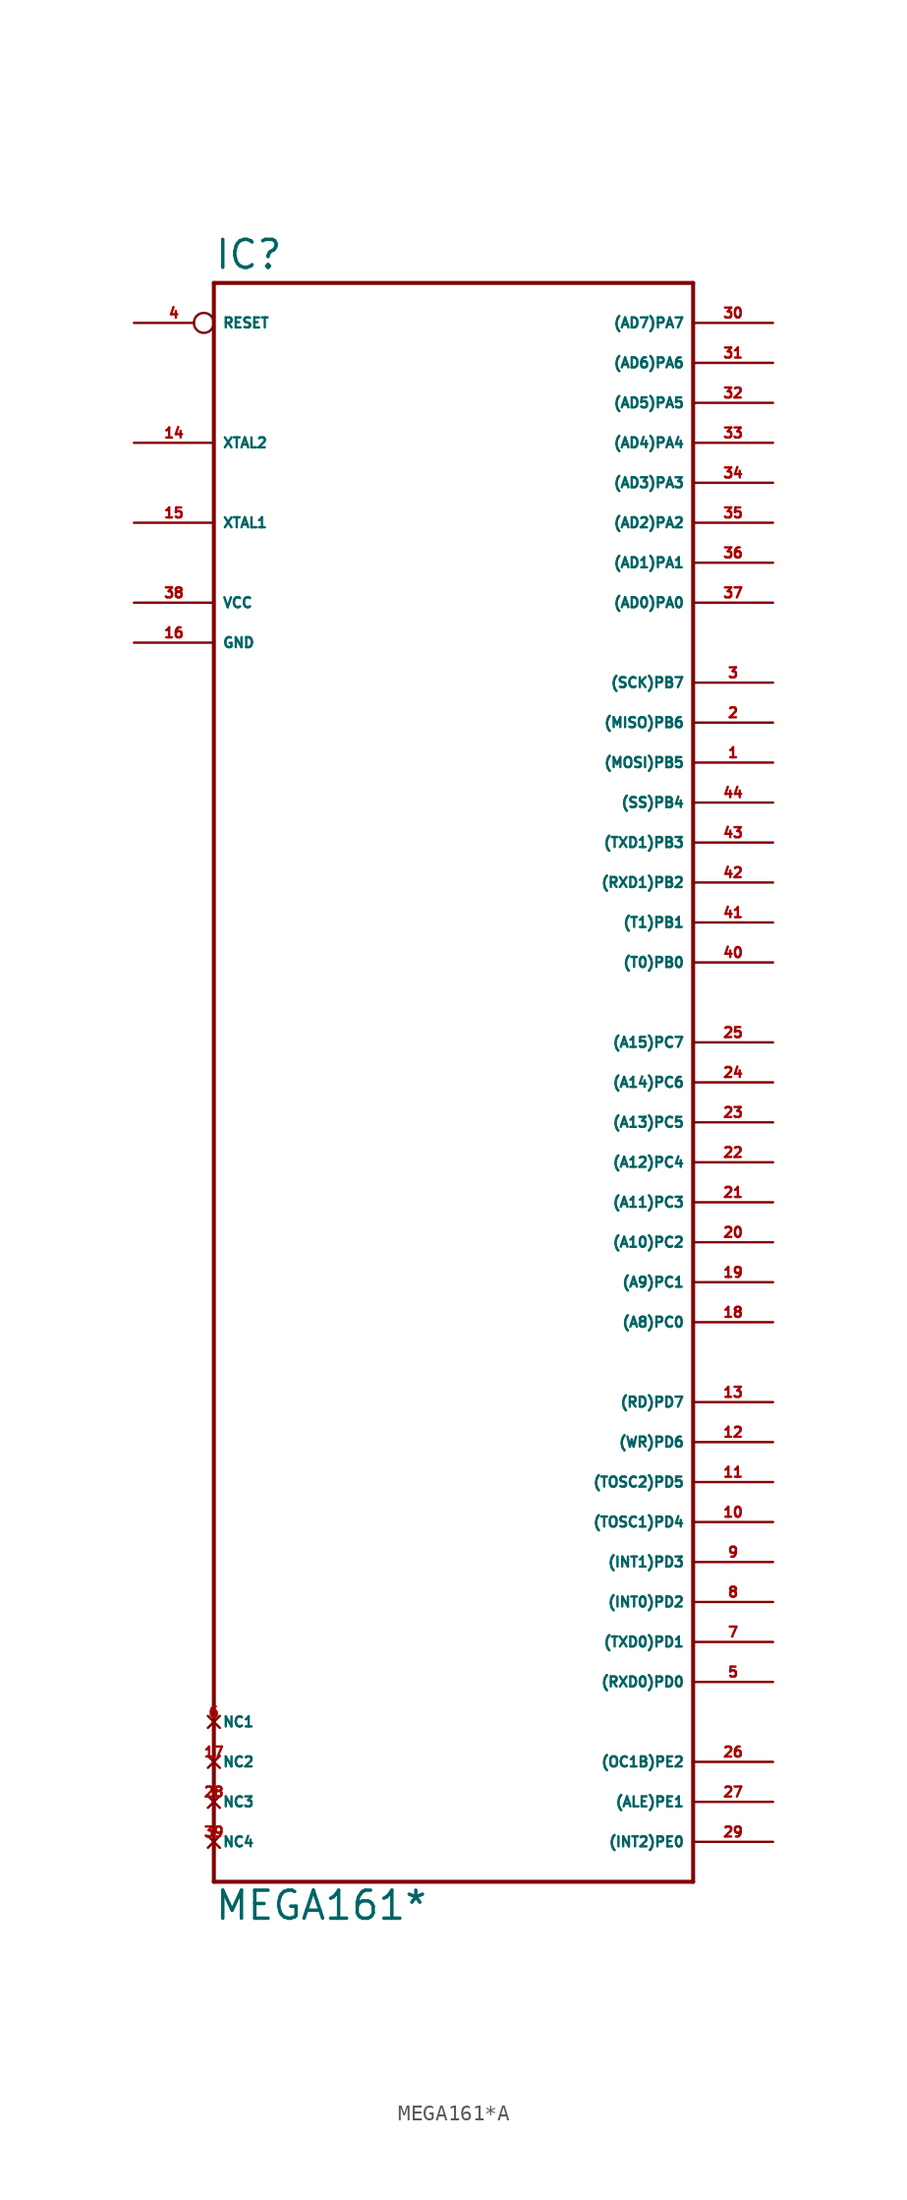
<source format=kicad_sym>
(kicad_symbol_lib
  (version 20220914)
  (generator Eagle2Kicad)
  (symbol "MEGA161*A"
    (property "Reference" "IC"
      (at -15.24 43.942 0)
      (effects (font (size 1.778 1.778) (thickness 0.22)) (justify left bottom)))
    (property "Value" "MEGA161*"
      (at -15.24 -60.96 0)
      (effects (font (size 1.778 1.778) (thickness 0.22)) (justify left bottom)))
    (polyline
      (pts (xy -15.24 43.18) (xy 15.24 43.18))
      (stroke (width 0.254) (type default))
      (fill (type none)))
    (polyline
      (pts (xy 15.24 43.18) (xy 15.24 -58.42))
      (stroke (width 0.254) (type default))
      (fill (type none)))
    (polyline
      (pts (xy 15.24 -58.42) (xy -15.24 -58.42))
      (stroke (width 0.254) (type default))
      (fill (type none)))
    (polyline
      (pts (xy -15.24 -58.42) (xy -15.24 43.18))
      (stroke (width 0.254) (type default))
      (fill (type none)))
    (pin bidirectional line
      (at 20.32 40.64 180)
      (length 5.08)
      (name "(AD7)PA7" (effects (font (size 0.635 0.635) (thickness 0.08)) (justify left bottom)))
      (number "30" (effects (font (size 0.635 0.635) (thickness 0.08)) (justify left bottom))))
    (pin bidirectional line
      (at 20.32 38.1 180)
      (length 5.08)
      (name "(AD6)PA6" (effects (font (size 0.635 0.635) (thickness 0.08)) (justify left bottom)))
      (number "31" (effects (font (size 0.635 0.635) (thickness 0.08)) (justify left bottom))))
    (pin bidirectional line
      (at 20.32 35.56 180)
      (length 5.08)
      (name "(AD5)PA5" (effects (font (size 0.635 0.635) (thickness 0.08)) (justify left bottom)))
      (number "32" (effects (font (size 0.635 0.635) (thickness 0.08)) (justify left bottom))))
    (pin bidirectional line
      (at 20.32 33.02 180)
      (length 5.08)
      (name "(AD4)PA4" (effects (font (size 0.635 0.635) (thickness 0.08)) (justify left bottom)))
      (number "33" (effects (font (size 0.635 0.635) (thickness 0.08)) (justify left bottom))))
    (pin bidirectional line
      (at 20.32 30.48 180)
      (length 5.08)
      (name "(AD3)PA3" (effects (font (size 0.635 0.635) (thickness 0.08)) (justify left bottom)))
      (number "34" (effects (font (size 0.635 0.635) (thickness 0.08)) (justify left bottom))))
    (pin bidirectional line
      (at 20.32 27.94 180)
      (length 5.08)
      (name "(AD2)PA2" (effects (font (size 0.635 0.635) (thickness 0.08)) (justify left bottom)))
      (number "35" (effects (font (size 0.635 0.635) (thickness 0.08)) (justify left bottom))))
    (pin bidirectional line
      (at 20.32 25.4 180)
      (length 5.08)
      (name "(AD1)PA1" (effects (font (size 0.635 0.635) (thickness 0.08)) (justify left bottom)))
      (number "36" (effects (font (size 0.635 0.635) (thickness 0.08)) (justify left bottom))))
    (pin bidirectional line
      (at 20.32 22.86 180)
      (length 5.08)
      (name "(AD0)PA0" (effects (font (size 0.635 0.635) (thickness 0.08)) (justify left bottom)))
      (number "37" (effects (font (size 0.635 0.635) (thickness 0.08)) (justify left bottom))))
    (pin bidirectional line
      (at 20.32 17.78 180)
      (length 5.08)
      (name "(SCK)PB7" (effects (font (size 0.635 0.635) (thickness 0.08)) (justify left bottom)))
      (number "3" (effects (font (size 0.635 0.635) (thickness 0.08)) (justify left bottom))))
    (pin bidirectional line
      (at 20.32 15.24 180)
      (length 5.08)
      (name "(MISO)PB6" (effects (font (size 0.635 0.635) (thickness 0.08)) (justify left bottom)))
      (number "2" (effects (font (size 0.635 0.635) (thickness 0.08)) (justify left bottom))))
    (pin bidirectional line
      (at 20.32 12.7 180)
      (length 5.08)
      (name "(MOSI)PB5" (effects (font (size 0.635 0.635) (thickness 0.08)) (justify left bottom)))
      (number "1" (effects (font (size 0.635 0.635) (thickness 0.08)) (justify left bottom))))
    (pin bidirectional line
      (at 20.32 10.16 180)
      (length 5.08)
      (name "(SS)PB4" (effects (font (size 0.635 0.635) (thickness 0.08)) (justify left bottom)))
      (number "44" (effects (font (size 0.635 0.635) (thickness 0.08)) (justify left bottom))))
    (pin bidirectional line
      (at 20.32 7.62 180)
      (length 5.08)
      (name "(TXD1)PB3" (effects (font (size 0.635 0.635) (thickness 0.08)) (justify left bottom)))
      (number "43" (effects (font (size 0.635 0.635) (thickness 0.08)) (justify left bottom))))
    (pin bidirectional line
      (at 20.32 5.08 180)
      (length 5.08)
      (name "(RXD1)PB2" (effects (font (size 0.635 0.635) (thickness 0.08)) (justify left bottom)))
      (number "42" (effects (font (size 0.635 0.635) (thickness 0.08)) (justify left bottom))))
    (pin bidirectional line
      (at 20.32 2.54 180)
      (length 5.08)
      (name "(T1)PB1" (effects (font (size 0.635 0.635) (thickness 0.08)) (justify left bottom)))
      (number "41" (effects (font (size 0.635 0.635) (thickness 0.08)) (justify left bottom))))
    (pin bidirectional line
      (at 20.32 0 180)
      (length 5.08)
      (name "(T0)PB0" (effects (font (size 0.635 0.635) (thickness 0.08)) (justify left bottom)))
      (number "40" (effects (font (size 0.635 0.635) (thickness 0.08)) (justify left bottom))))
    (pin bidirectional line
      (at 20.32 -5.08 180)
      (length 5.08)
      (name "(A15)PC7" (effects (font (size 0.635 0.635) (thickness 0.08)) (justify left bottom)))
      (number "25" (effects (font (size 0.635 0.635) (thickness 0.08)) (justify left bottom))))
    (pin bidirectional line
      (at 20.32 -7.62 180)
      (length 5.08)
      (name "(A14)PC6" (effects (font (size 0.635 0.635) (thickness 0.08)) (justify left bottom)))
      (number "24" (effects (font (size 0.635 0.635) (thickness 0.08)) (justify left bottom))))
    (pin bidirectional line
      (at 20.32 -10.16 180)
      (length 5.08)
      (name "(A13)PC5" (effects (font (size 0.635 0.635) (thickness 0.08)) (justify left bottom)))
      (number "23" (effects (font (size 0.635 0.635) (thickness 0.08)) (justify left bottom))))
    (pin bidirectional line
      (at 20.32 -12.7 180)
      (length 5.08)
      (name "(A12)PC4" (effects (font (size 0.635 0.635) (thickness 0.08)) (justify left bottom)))
      (number "22" (effects (font (size 0.635 0.635) (thickness 0.08)) (justify left bottom))))
    (pin bidirectional line
      (at 20.32 -15.24 180)
      (length 5.08)
      (name "(A11)PC3" (effects (font (size 0.635 0.635) (thickness 0.08)) (justify left bottom)))
      (number "21" (effects (font (size 0.635 0.635) (thickness 0.08)) (justify left bottom))))
    (pin bidirectional line
      (at 20.32 -17.78 180)
      (length 5.08)
      (name "(A10)PC2" (effects (font (size 0.635 0.635) (thickness 0.08)) (justify left bottom)))
      (number "20" (effects (font (size 0.635 0.635) (thickness 0.08)) (justify left bottom))))
    (pin bidirectional line
      (at 20.32 -20.32 180)
      (length 5.08)
      (name "(A9)PC1" (effects (font (size 0.635 0.635) (thickness 0.08)) (justify left bottom)))
      (number "19" (effects (font (size 0.635 0.635) (thickness 0.08)) (justify left bottom))))
    (pin bidirectional line
      (at 20.32 -22.86 180)
      (length 5.08)
      (name "(A8)PC0" (effects (font (size 0.635 0.635) (thickness 0.08)) (justify left bottom)))
      (number "18" (effects (font (size 0.635 0.635) (thickness 0.08)) (justify left bottom))))
    (pin bidirectional line
      (at 20.32 -27.94 180)
      (length 5.08)
      (name "(RD)PD7" (effects (font (size 0.635 0.635) (thickness 0.08)) (justify left bottom)))
      (number "13" (effects (font (size 0.635 0.635) (thickness 0.08)) (justify left bottom))))
    (pin bidirectional line
      (at 20.32 -30.48 180)
      (length 5.08)
      (name "(WR)PD6" (effects (font (size 0.635 0.635) (thickness 0.08)) (justify left bottom)))
      (number "12" (effects (font (size 0.635 0.635) (thickness 0.08)) (justify left bottom))))
    (pin bidirectional line
      (at 20.32 -33.02 180)
      (length 5.08)
      (name "(TOSC2)PD5" (effects (font (size 0.635 0.635) (thickness 0.08)) (justify left bottom)))
      (number "11" (effects (font (size 0.635 0.635) (thickness 0.08)) (justify left bottom))))
    (pin bidirectional line
      (at 20.32 -35.56 180)
      (length 5.08)
      (name "(TOSC1)PD4" (effects (font (size 0.635 0.635) (thickness 0.08)) (justify left bottom)))
      (number "10" (effects (font (size 0.635 0.635) (thickness 0.08)) (justify left bottom))))
    (pin bidirectional line
      (at 20.32 -38.1 180)
      (length 5.08)
      (name "(INT1)PD3" (effects (font (size 0.635 0.635) (thickness 0.08)) (justify left bottom)))
      (number "9" (effects (font (size 0.635 0.635) (thickness 0.08)) (justify left bottom))))
    (pin bidirectional line
      (at 20.32 -40.64 180)
      (length 5.08)
      (name "(INT0)PD2" (effects (font (size 0.635 0.635) (thickness 0.08)) (justify left bottom)))
      (number "8" (effects (font (size 0.635 0.635) (thickness 0.08)) (justify left bottom))))
    (pin bidirectional line
      (at 20.32 -43.18 180)
      (length 5.08)
      (name "(TXD0)PD1" (effects (font (size 0.635 0.635) (thickness 0.08)) (justify left bottom)))
      (number "7" (effects (font (size 0.635 0.635) (thickness 0.08)) (justify left bottom))))
    (pin bidirectional line
      (at 20.32 -45.72 180)
      (length 5.08)
      (name "(RXD0)PD0" (effects (font (size 0.635 0.635) (thickness 0.08)) (justify left bottom)))
      (number "5" (effects (font (size 0.635 0.635) (thickness 0.08)) (justify left bottom))))
    (pin bidirectional line
      (at 20.32 -50.8 180)
      (length 5.08)
      (name "(OC1B)PE2" (effects (font (size 0.635 0.635) (thickness 0.08)) (justify left bottom)))
      (number "26" (effects (font (size 0.635 0.635) (thickness 0.08)) (justify left bottom))))
    (pin bidirectional line
      (at 20.32 -53.34 180)
      (length 5.08)
      (name "(ALE)PE1" (effects (font (size 0.635 0.635) (thickness 0.08)) (justify left bottom)))
      (number "27" (effects (font (size 0.635 0.635) (thickness 0.08)) (justify left bottom))))
    (pin bidirectional line
      (at 20.32 -55.88 180)
      (length 5.08)
      (name "(INT2)PE0" (effects (font (size 0.635 0.635) (thickness 0.08)) (justify left bottom)))
      (number "29" (effects (font (size 0.635 0.635) (thickness 0.08)) (justify left bottom))))
    (pin input inverted
      (at -20.32 40.64 0)
      (length 5.08)
      (name "RESET" (effects (font (size 0.635 0.635) (thickness 0.08)) (justify left bottom)))
      (number "4" (effects (font (size 0.635 0.635) (thickness 0.08)) (justify left bottom))))
    (pin unspecified line
      (at -20.32 22.86 0)
      (length 5.08)
      (name "VCC" (effects (font (size 0.635 0.635) (thickness 0.08)) (justify left bottom)))
      (number "38" (effects (font (size 0.635 0.635) (thickness 0.08)) (justify left bottom))))
    (pin unspecified line
      (at -20.32 20.32 0)
      (length 5.08)
      (name "GND" (effects (font (size 0.635 0.635) (thickness 0.08)) (justify left bottom)))
      (number "16" (effects (font (size 0.635 0.635) (thickness 0.08)) (justify left bottom))))
    (pin input line
      (at -20.32 33.02 0)
      (length 5.08)
      (name "XTAL2" (effects (font (size 0.635 0.635) (thickness 0.08)) (justify left bottom)))
      (number "14" (effects (font (size 0.635 0.635) (thickness 0.08)) (justify left bottom))))
    (pin input line
      (at -20.32 27.94 0)
      (length 5.08)
      (name "XTAL1" (effects (font (size 0.635 0.635) (thickness 0.08)) (justify left bottom)))
      (number "15" (effects (font (size 0.635 0.635) (thickness 0.08)) (justify left bottom))))
    (pin no_connect line
      (at -15.24 -48.26 0)
      (length 0)
      (name "NC1" (effects (font (size 0.635 0.635) (thickness 0.08)) (justify left bottom) hide))
      (number "6" (effects (font (size 0.635 0.635) (thickness 0.08)) (justify left bottom) hide)))
    (pin no_connect line
      (at -15.24 -50.8 0)
      (length 0)
      (name "NC2" (effects (font (size 0.635 0.635) (thickness 0.08)) (justify left bottom) hide))
      (number "17" (effects (font (size 0.635 0.635) (thickness 0.08)) (justify left bottom) hide)))
    (pin no_connect line
      (at -15.24 -53.34 0)
      (length 0)
      (name "NC3" (effects (font (size 0.635 0.635) (thickness 0.08)) (justify left bottom) hide))
      (number "28" (effects (font (size 0.635 0.635) (thickness 0.08)) (justify left bottom) hide)))
    (pin no_connect line
      (at -15.24 -55.88 0)
      (length 0)
      (name "NC4" (effects (font (size 0.635 0.635) (thickness 0.08)) (justify left bottom) hide))
      (number "39" (effects (font (size 0.635 0.635) (thickness 0.08)) (justify left bottom) hide)))))
</source>
